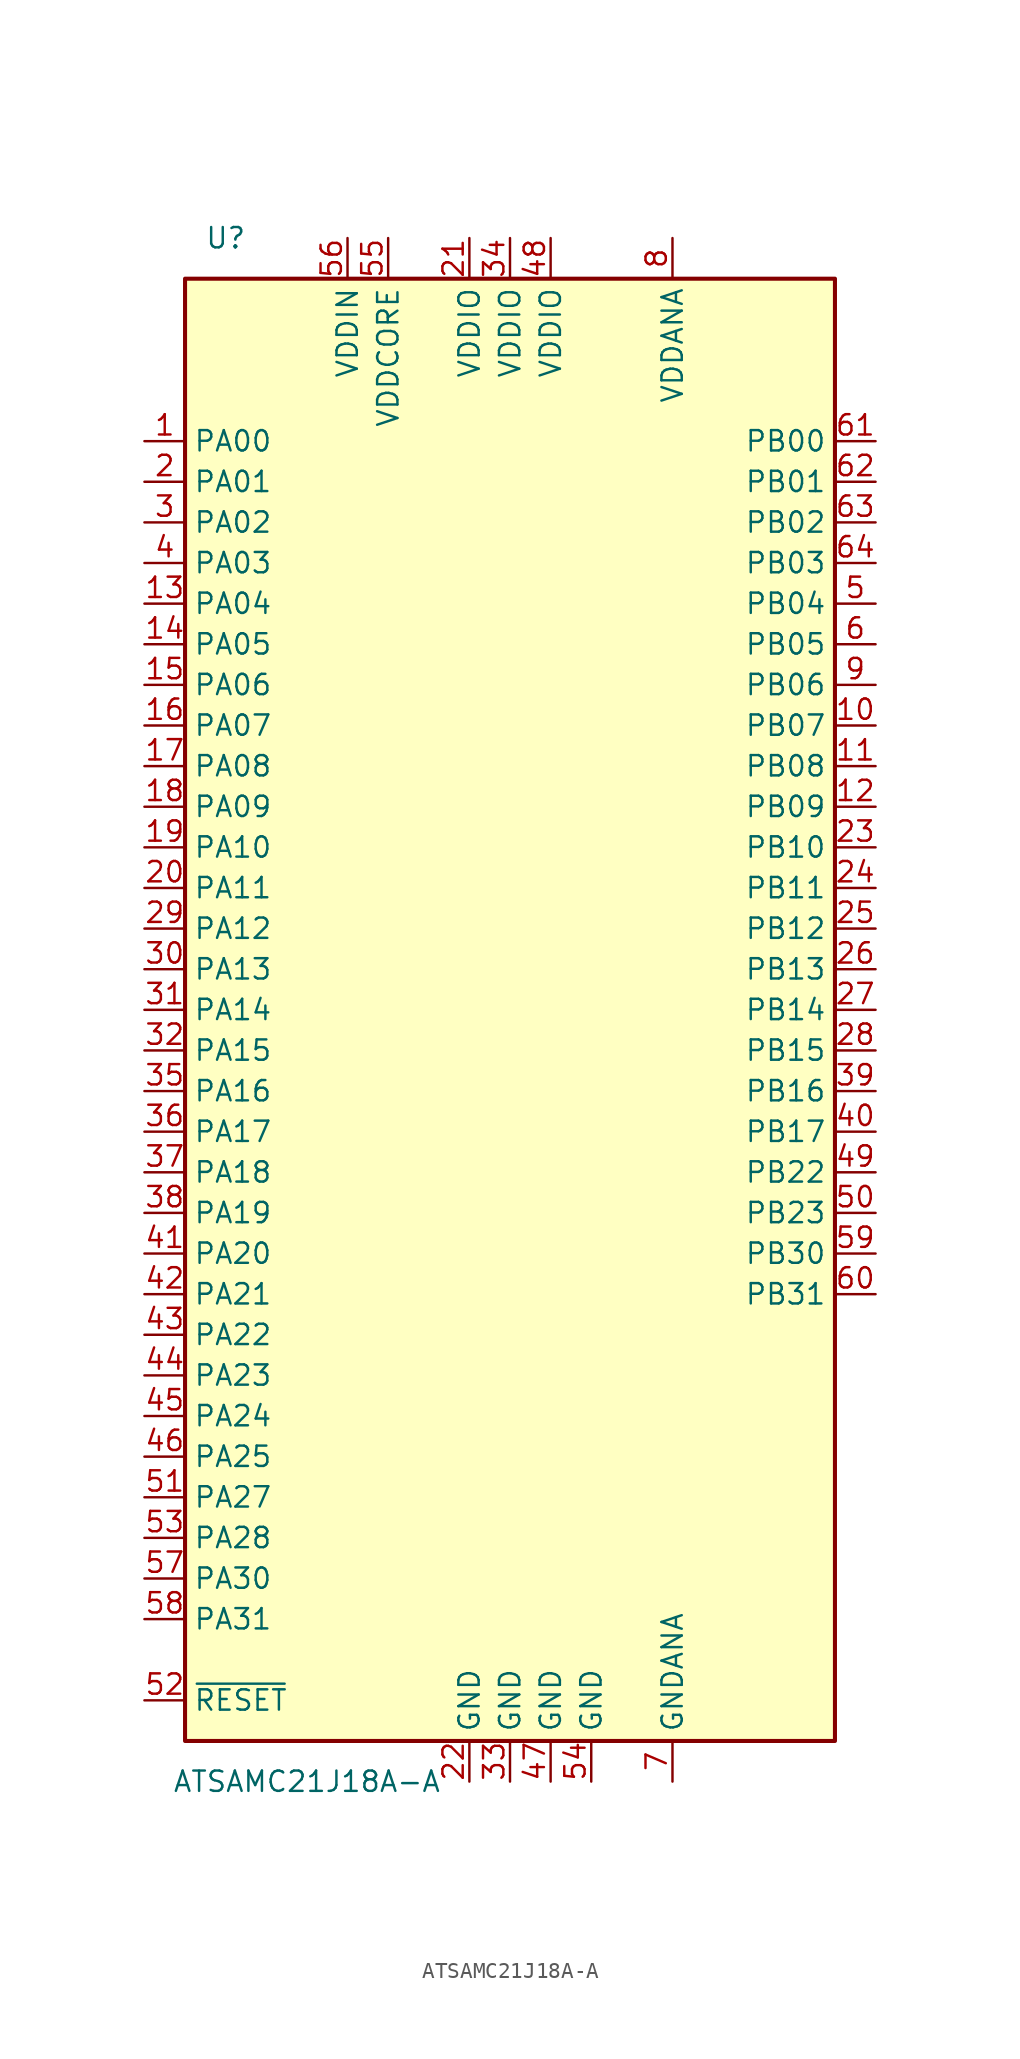
<source format=kicad_sym>
(kicad_symbol_lib
  (version 20200827)
  (generator kicad_symbol_editor)
  (symbol "ATSAMC21J18A-A-breakout:ATSAMC21J18A-A"
    (property "Reference" "U"
      (at -17.78 48.26 0)
      (effects (font (size 1.27 1.27))))
    (property "Value" "ATSAMC21J18A-A"
      (at -12.7 -48.26 0)
      (effects (font (size 1.27 1.27))))
    (symbol "ATSAMC21J18A-A_0_1"
      (rectangle (start -20.32 45.72) (end 20.32 -45.72) (stroke (width 0.254)) (fill (type background))))
    (symbol "ATSAMC21J18A-A_1_0"
      (pin bidirectional line (at 22.86 27.94 180) (length 2.54) (name "PB03" (effects (font (size 1.27 1.27)))) (number "64" (effects (font (size 1.27 1.27))))))
    (symbol "ATSAMC21J18A-A_1_1"
      (pin bidirectional line (at -22.86 35.56 0) (length 2.54) (name "PA00" (effects (font (size 1.27 1.27)))) (number "1" (effects (font (size 1.27 1.27)))))
      (pin bidirectional line (at 22.86 17.78 180) (length 2.54) (name "PB07" (effects (font (size 1.27 1.27)))) (number "10" (effects (font (size 1.27 1.27)))))
      (pin bidirectional line (at 22.86 15.24 180) (length 2.54) (name "PB08" (effects (font (size 1.27 1.27)))) (number "11" (effects (font (size 1.27 1.27)))))
      (pin bidirectional line (at 22.86 12.7 180) (length 2.54) (name "PB09" (effects (font (size 1.27 1.27)))) (number "12" (effects (font (size 1.27 1.27)))))
      (pin bidirectional line (at -22.86 25.4 0) (length 2.54) (name "PA04" (effects (font (size 1.27 1.27)))) (number "13" (effects (font (size 1.27 1.27)))))
      (pin bidirectional line (at -22.86 22.86 0) (length 2.54) (name "PA05" (effects (font (size 1.27 1.27)))) (number "14" (effects (font (size 1.27 1.27)))))
      (pin bidirectional line (at -22.86 20.32 0) (length 2.54) (name "PA06" (effects (font (size 1.27 1.27)))) (number "15" (effects (font (size 1.27 1.27)))))
      (pin bidirectional line (at -22.86 17.78 0) (length 2.54) (name "PA07" (effects (font (size 1.27 1.27)))) (number "16" (effects (font (size 1.27 1.27)))))
      (pin bidirectional line (at -22.86 15.24 0) (length 2.54) (name "PA08" (effects (font (size 1.27 1.27)))) (number "17" (effects (font (size 1.27 1.27)))))
      (pin bidirectional line (at -22.86 12.7 0) (length 2.54) (name "PA09" (effects (font (size 1.27 1.27)))) (number "18" (effects (font (size 1.27 1.27)))))
      (pin bidirectional line (at -22.86 10.16 0) (length 2.54) (name "PA10" (effects (font (size 1.27 1.27)))) (number "19" (effects (font (size 1.27 1.27)))))
      (pin bidirectional line (at -22.86 33.02 0) (length 2.54) (name "PA01" (effects (font (size 1.27 1.27)))) (number "2" (effects (font (size 1.27 1.27)))))
      (pin bidirectional line (at -22.86 7.62 0) (length 2.54) (name "PA11" (effects (font (size 1.27 1.27)))) (number "20" (effects (font (size 1.27 1.27)))))
      (pin power_in line (at -2.54 48.26 270) (length 2.54) (name "VDDIO" (effects (font (size 1.27 1.27)))) (number "21" (effects (font (size 1.27 1.27)))))
      (pin power_in line (at -2.54 -48.26 90) (length 2.54) (name "GND" (effects (font (size 1.27 1.27)))) (number "22" (effects (font (size 1.27 1.27)))))
      (pin bidirectional line (at 22.86 10.16 180) (length 2.54) (name "PB10" (effects (font (size 1.27 1.27)))) (number "23" (effects (font (size 1.27 1.27)))))
      (pin bidirectional line (at 22.86 7.62 180) (length 2.54) (name "PB11" (effects (font (size 1.27 1.27)))) (number "24" (effects (font (size 1.27 1.27)))))
      (pin bidirectional line (at 22.86 5.08 180) (length 2.54) (name "PB12" (effects (font (size 1.27 1.27)))) (number "25" (effects (font (size 1.27 1.27)))))
      (pin bidirectional line (at 22.86 2.54 180) (length 2.54) (name "PB13" (effects (font (size 1.27 1.27)))) (number "26" (effects (font (size 1.27 1.27)))))
      (pin bidirectional line (at 22.86 0 180) (length 2.54) (name "PB14" (effects (font (size 1.27 1.27)))) (number "27" (effects (font (size 1.27 1.27)))))
      (pin bidirectional line (at 22.86 -2.54 180) (length 2.54) (name "PB15" (effects (font (size 1.27 1.27)))) (number "28" (effects (font (size 1.27 1.27)))))
      (pin bidirectional line (at -22.86 5.08 0) (length 2.54) (name "PA12" (effects (font (size 1.27 1.27)))) (number "29" (effects (font (size 1.27 1.27)))))
      (pin bidirectional line (at -22.86 30.48 0) (length 2.54) (name "PA02" (effects (font (size 1.27 1.27)))) (number "3" (effects (font (size 1.27 1.27)))))
      (pin bidirectional line (at -22.86 2.54 0) (length 2.54) (name "PA13" (effects (font (size 1.27 1.27)))) (number "30" (effects (font (size 1.27 1.27)))))
      (pin bidirectional line (at -22.86 0 0) (length 2.54) (name "PA14" (effects (font (size 1.27 1.27)))) (number "31" (effects (font (size 1.27 1.27)))))
      (pin bidirectional line (at -22.86 -2.54 0) (length 2.54) (name "PA15" (effects (font (size 1.27 1.27)))) (number "32" (effects (font (size 1.27 1.27)))))
      (pin power_in line (at 0 -48.26 90) (length 2.54) (name "GND" (effects (font (size 1.27 1.27)))) (number "33" (effects (font (size 1.27 1.27)))))
      (pin power_in line (at 0 48.26 270) (length 2.54) (name "VDDIO" (effects (font (size 1.27 1.27)))) (number "34" (effects (font (size 1.27 1.27)))))
      (pin bidirectional line (at -22.86 -5.08 0) (length 2.54) (name "PA16" (effects (font (size 1.27 1.27)))) (number "35" (effects (font (size 1.27 1.27)))))
      (pin bidirectional line (at -22.86 -7.62 0) (length 2.54) (name "PA17" (effects (font (size 1.27 1.27)))) (number "36" (effects (font (size 1.27 1.27)))))
      (pin bidirectional line (at -22.86 -10.16 0) (length 2.54) (name "PA18" (effects (font (size 1.27 1.27)))) (number "37" (effects (font (size 1.27 1.27)))))
      (pin bidirectional line (at -22.86 -12.7 0) (length 2.54) (name "PA19" (effects (font (size 1.27 1.27)))) (number "38" (effects (font (size 1.27 1.27)))))
      (pin bidirectional line (at 22.86 -5.08 180) (length 2.54) (name "PB16" (effects (font (size 1.27 1.27)))) (number "39" (effects (font (size 1.27 1.27)))))
      (pin bidirectional line (at -22.86 27.94 0) (length 2.54) (name "PA03" (effects (font (size 1.27 1.27)))) (number "4" (effects (font (size 1.27 1.27)))))
      (pin bidirectional line (at 22.86 -7.62 180) (length 2.54) (name "PB17" (effects (font (size 1.27 1.27)))) (number "40" (effects (font (size 1.27 1.27)))))
      (pin bidirectional line (at -22.86 -15.24 0) (length 2.54) (name "PA20" (effects (font (size 1.27 1.27)))) (number "41" (effects (font (size 1.27 1.27)))))
      (pin bidirectional line (at -22.86 -17.78 0) (length 2.54) (name "PA21" (effects (font (size 1.27 1.27)))) (number "42" (effects (font (size 1.27 1.27)))))
      (pin bidirectional line (at -22.86 -20.32 0) (length 2.54) (name "PA22" (effects (font (size 1.27 1.27)))) (number "43" (effects (font (size 1.27 1.27)))))
      (pin bidirectional line (at -22.86 -22.86 0) (length 2.54) (name "PA23" (effects (font (size 1.27 1.27)))) (number "44" (effects (font (size 1.27 1.27)))))
      (pin bidirectional line (at -22.86 -25.4 0) (length 2.54) (name "PA24" (effects (font (size 1.27 1.27)))) (number "45" (effects (font (size 1.27 1.27)))))
      (pin bidirectional line (at -22.86 -27.94 0) (length 2.54) (name "PA25" (effects (font (size 1.27 1.27)))) (number "46" (effects (font (size 1.27 1.27)))))
      (pin power_in line (at 2.54 -48.26 90) (length 2.54) (name "GND" (effects (font (size 1.27 1.27)))) (number "47" (effects (font (size 1.27 1.27)))))
      (pin power_in line (at 2.54 48.26 270) (length 2.54) (name "VDDIO" (effects (font (size 1.27 1.27)))) (number "48" (effects (font (size 1.27 1.27)))))
      (pin bidirectional line (at 22.86 -10.16 180) (length 2.54) (name "PB22" (effects (font (size 1.27 1.27)))) (number "49" (effects (font (size 1.27 1.27)))))
      (pin bidirectional line (at 22.86 25.4 180) (length 2.54) (name "PB04" (effects (font (size 1.27 1.27)))) (number "5" (effects (font (size 1.27 1.27)))))
      (pin bidirectional line (at 22.86 -12.7 180) (length 2.54) (name "PB23" (effects (font (size 1.27 1.27)))) (number "50" (effects (font (size 1.27 1.27)))))
      (pin bidirectional line (at -22.86 -30.48 0) (length 2.54) (name "PA27" (effects (font (size 1.27 1.27)))) (number "51" (effects (font (size 1.27 1.27)))))
      (pin input line (at -22.86 -43.18 0) (length 2.54) (name "~RESET" (effects (font (size 1.27 1.27)))) (number "52" (effects (font (size 1.27 1.27)))))
      (pin power_out line (at -7.62 48.26 270) (length 2.54) (name "VDDCORE" (effects (font (size 1.27 1.27)))) (number "55" (effects (font (size 1.27 1.27)))))
      (pin power_in line (at 5.08 -48.26 90) (length 2.54) (name "GND" (effects (font (size 1.27 1.27)))) (number "54" (effects (font (size 1.27 1.27)))))
      (pin power_in line (at -10.16 48.26 270) (length 2.54) (name "VDDIN" (effects (font (size 1.27 1.27)))) (number "56" (effects (font (size 1.27 1.27)))))
      (pin bidirectional line (at -22.86 -35.56 0) (length 2.54) (name "PA30" (effects (font (size 1.27 1.27)))) (number "57" (effects (font (size 1.27 1.27)))))
      (pin bidirectional line (at -22.86 -38.1 0) (length 2.54) (name "PA31" (effects (font (size 1.27 1.27)))) (number "58" (effects (font (size 1.27 1.27)))))
      (pin bidirectional line (at 22.86 -15.24 180) (length 2.54) (name "PB30" (effects (font (size 1.27 1.27)))) (number "59" (effects (font (size 1.27 1.27)))))
      (pin bidirectional line (at 22.86 22.86 180) (length 2.54) (name "PB05" (effects (font (size 1.27 1.27)))) (number "6" (effects (font (size 1.27 1.27)))))
      (pin bidirectional line (at 22.86 -17.78 180) (length 2.54) (name "PB31" (effects (font (size 1.27 1.27)))) (number "60" (effects (font (size 1.27 1.27)))))
      (pin bidirectional line (at 22.86 35.56 180) (length 2.54) (name "PB00" (effects (font (size 1.27 1.27)))) (number "61" (effects (font (size 1.27 1.27)))))
      (pin bidirectional line (at 22.86 33.02 180) (length 2.54) (name "PB01" (effects (font (size 1.27 1.27)))) (number "62" (effects (font (size 1.27 1.27)))))
      (pin bidirectional line (at 22.86 30.48 180) (length 2.54) (name "PB02" (effects (font (size 1.27 1.27)))) (number "63" (effects (font (size 1.27 1.27)))))
      (pin power_in line (at 10.16 -48.26 90) (length 2.54) (name "GNDANA" (effects (font (size 1.27 1.27)))) (number "7" (effects (font (size 1.27 1.27)))))
      (pin power_in line (at 10.16 48.26 270) (length 2.54) (name "VDDANA" (effects (font (size 1.27 1.27)))) (number "8" (effects (font (size 1.27 1.27)))))
      (pin bidirectional line (at 22.86 20.32 180) (length 2.54) (name "PB06" (effects (font (size 1.27 1.27)))) (number "9" (effects (font (size 1.27 1.27)))))
      (pin bidirectional line (at -22.86 -33.02 0) (length 2.54) (name "PA28" (effects (font (size 1.27 1.27)))) (number "53" (effects (font (size 1.27 1.27))))))))
</source>
